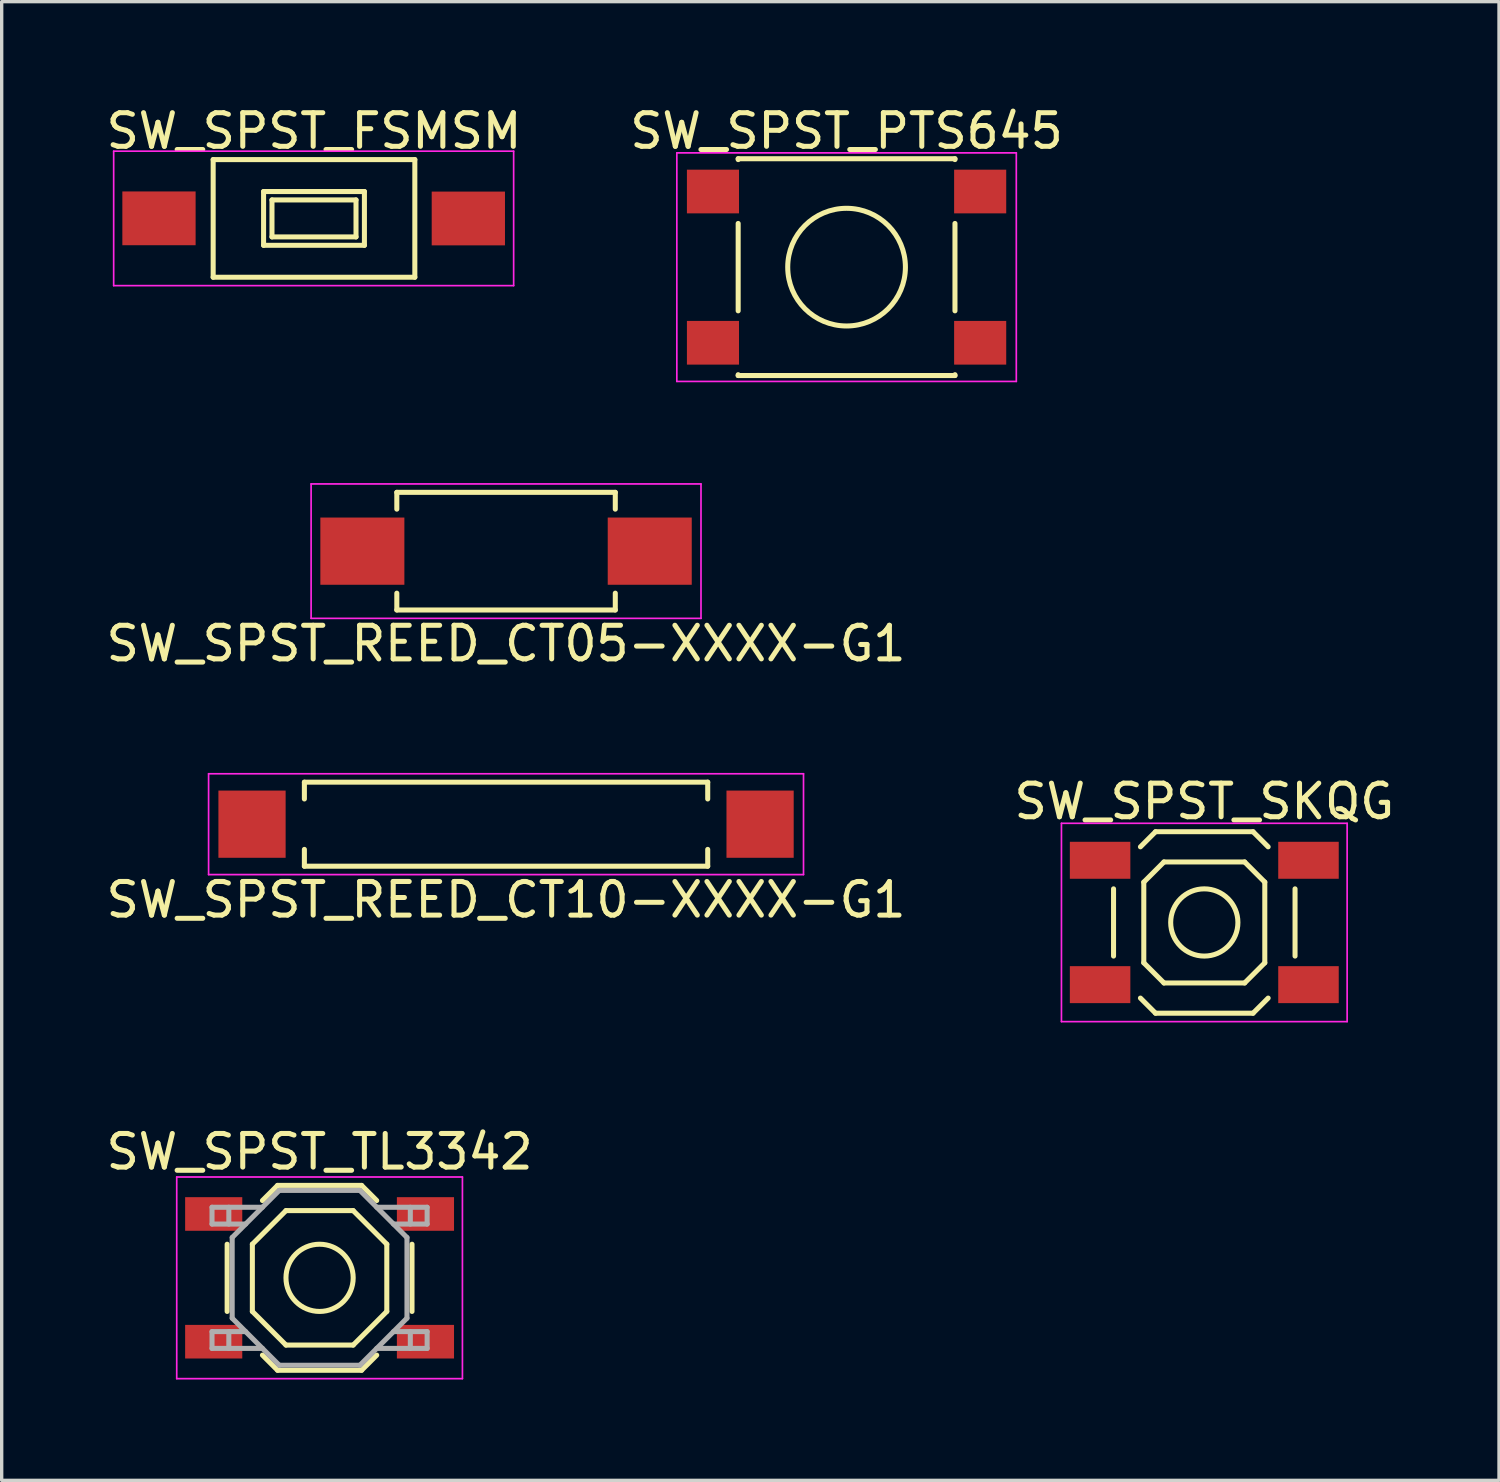
<source format=kicad_pcb>
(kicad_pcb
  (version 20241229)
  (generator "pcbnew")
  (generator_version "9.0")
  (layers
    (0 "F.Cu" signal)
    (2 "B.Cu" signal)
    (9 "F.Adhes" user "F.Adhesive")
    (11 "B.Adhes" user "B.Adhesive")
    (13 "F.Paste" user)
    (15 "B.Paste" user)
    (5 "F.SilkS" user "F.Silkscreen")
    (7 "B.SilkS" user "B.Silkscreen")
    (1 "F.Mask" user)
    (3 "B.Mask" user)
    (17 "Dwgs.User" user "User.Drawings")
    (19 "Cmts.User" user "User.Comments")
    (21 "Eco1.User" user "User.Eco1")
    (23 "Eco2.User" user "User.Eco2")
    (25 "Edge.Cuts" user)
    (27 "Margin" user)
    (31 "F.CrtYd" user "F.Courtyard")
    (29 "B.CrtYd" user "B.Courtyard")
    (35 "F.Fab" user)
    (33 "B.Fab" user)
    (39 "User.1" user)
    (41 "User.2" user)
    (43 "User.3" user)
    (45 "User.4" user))
  (footprint "SW_SPST_FSMSM"
    (layer "F.Cu")
    (at 6.282 3.448)
    (property "Reference" "SW_SPST_FSMSM" (at 0.01 -2.6 0) (layer "F.SilkS") (effects (font (size 1 1) (thickness 0.15))))
    (attr smd)
    (fp_line (start -2.99 -1.75) (end -2.99 1.75) (stroke (width 0.15) (type solid)) (layer "F.SilkS"))
    (fp_line (start -2.99 -1.75) (end 3.01 -1.75) (stroke (width 0.15) (type solid)) (layer "F.SilkS"))
    (fp_line (start -2.99 1.75) (end 3.01 1.75) (stroke (width 0.15) (type solid)) (layer "F.SilkS"))
    (fp_line (start -1.49 -0.8) (end -1.49 0.8) (stroke (width 0.15) (type solid)) (layer "F.SilkS"))
    (fp_line (start -1.49 -0.8) (end 1.51 -0.8) (stroke (width 0.15) (type solid)) (layer "F.SilkS"))
    (fp_line (start -1.49 0.8) (end 1.51 0.8) (stroke (width 0.15) (type solid)) (layer "F.SilkS"))
    (fp_line (start -1.24 -0.55) (end 1.26 -0.55) (stroke (width 0.15) (type solid)) (layer "F.SilkS"))
    (fp_line (start -1.24 0.55) (end -1.24 -0.55) (stroke (width 0.15) (type solid)) (layer "F.SilkS"))
    (fp_line (start 1.26 -0.55) (end 1.26 0.55) (stroke (width 0.15) (type solid)) (layer "F.SilkS"))
    (fp_line (start 1.26 0.55) (end -1.24 0.55) (stroke (width 0.15) (type solid)) (layer "F.SilkS"))
    (fp_line (start 1.51 -0.8) (end 1.51 0.8) (stroke (width 0.15) (type solid)) (layer "F.SilkS"))
    (fp_line (start 3.01 -1.75) (end 3.01 1.75) (stroke (width 0.15) (type solid)) (layer "F.SilkS"))
    (fp_line (start -5.95 -2) (end -5.95 2) (stroke (width 0.05) (type solid)) (layer "F.CrtYd"))
    (fp_line (start -5.95 -2) (end 5.95 -2) (stroke (width 0.05) (type solid)) (layer "F.CrtYd"))
    (fp_line (start -5.95 2) (end 5.95 2) (stroke (width 0.05) (type solid)) (layer "F.CrtYd"))
    (fp_line (start 5.95 -2) (end 5.95 2) (stroke (width 0.05) (type solid)) (layer "F.CrtYd"))
    (pad "1" smd rect (at -4.602 -0.002) (size 2.18 1.6) (layers "F.Cu" "F.Mask" "F.Paste"))
    (pad "2" smd rect (at 4.602 0.002) (size 2.18 1.6) (layers "F.Cu" "F.Mask" "F.Paste")))
  (footprint "SW_SPST_PTS645"
    (layer "F.Cu")
    (at 22.137 4.898)
    (property "Reference" "SW_SPST_PTS645" (at 0 -4.05 0) (layer "F.SilkS") (effects (font (size 1 1) (thickness 0.15))))
    (attr smd)
    (fp_line (start -3.225 -3.225) (end 3.225 -3.225) (stroke (width 0.15) (type solid)) (layer "F.SilkS"))
    (fp_line (start -3.225 -3.2) (end -3.225 -3.225) (stroke (width 0.15) (type solid)) (layer "F.SilkS"))
    (fp_line (start -3.225 -1.3) (end -3.225 1.3) (stroke (width 0.15) (type solid)) (layer "F.SilkS"))
    (fp_line (start -3.225 3.225) (end -3.225 3.2) (stroke (width 0.15) (type solid)) (layer "F.SilkS"))
    (fp_line (start -3.225 3.225) (end 3.225 3.225) (stroke (width 0.15) (type solid)) (layer "F.SilkS"))
    (fp_line (start 3.225 -3.225) (end 3.225 -3.2) (stroke (width 0.15) (type solid)) (layer "F.SilkS"))
    (fp_line (start 3.225 -1.3) (end 3.225 1.3) (stroke (width 0.15) (type solid)) (layer "F.SilkS"))
    (fp_line (start 3.225 3.225) (end 3.225 3.2) (stroke (width 0.15) (type solid)) (layer "F.SilkS"))
    (fp_circle (center 0 0) (end 1.75 -0.05) (stroke (width 0.15) (type solid)) (fill no) (layer "F.SilkS"))
    (fp_line (start -5.05 -3.4) (end -5.05 3.4) (stroke (width 0.05) (type solid)) (layer "F.CrtYd"))
    (fp_line (start -5.05 -3.4) (end 5.05 -3.4) (stroke (width 0.05) (type solid)) (layer "F.CrtYd"))
    (fp_line (start -5.05 3.4) (end 5.05 3.4) (stroke (width 0.05) (type solid)) (layer "F.CrtYd"))
    (fp_line (start 5.05 3.4) (end 5.05 -3.4) (stroke (width 0.05) (type solid)) (layer "F.CrtYd"))
    (pad "1" smd rect (at -3.975 -2.25) (size 1.55 1.3) (layers "F.Cu" "F.Mask" "F.Paste"))
    (pad "1" smd rect (at 3.975 -2.25) (size 1.55 1.3) (layers "F.Cu" "F.Mask" "F.Paste"))
    (pad "2" smd rect (at -3.975 2.25) (size 1.55 1.3) (layers "F.Cu" "F.Mask" "F.Paste"))
    (pad "2" smd rect (at 3.975 2.25) (size 1.55 1.3) (layers "F.Cu" "F.Mask" "F.Paste")))
  (footprint "SW_SPST_REED_CT10-XXXX-G1"
    (layer "F.Cu")
    (at 12.006 21.471)
    (property "Reference" "SW_SPST_REED_CT10-XXXX-G1" (at 0 2.25 0) (layer "F.SilkS") (effects (font (size 1 1) (thickness 0.15))))
    (attr smd)
    (fp_line (start -6 -1.25) (end -6 -0.75) (stroke (width 0.15) (type solid)) (layer "F.SilkS"))
    (fp_line (start -6 0.75) (end -6 1.25) (stroke (width 0.15) (type solid)) (layer "F.SilkS"))
    (fp_line (start -6 1.25) (end 6 1.25) (stroke (width 0.15) (type solid)) (layer "F.SilkS"))
    (fp_line (start 6 -1.25) (end -6 -1.25) (stroke (width 0.15) (type solid)) (layer "F.SilkS"))
    (fp_line (start 6 -0.75) (end 6 -1.25) (stroke (width 0.15) (type solid)) (layer "F.SilkS"))
    (fp_line (start 6 1.25) (end 6 0.75) (stroke (width 0.15) (type solid)) (layer "F.SilkS"))
    (fp_line (start -8.85 -1.5) (end 8.85 -1.5) (stroke (width 0.05) (type solid)) (layer "F.CrtYd"))
    (fp_line (start -8.85 1.5) (end -8.85 -1.5) (stroke (width 0.05) (type solid)) (layer "F.CrtYd"))
    (fp_line (start 8.85 -1.5) (end 8.85 1.5) (stroke (width 0.05) (type solid)) (layer "F.CrtYd"))
    (fp_line (start 8.85 1.5) (end -8.85 1.5) (stroke (width 0.05) (type solid)) (layer "F.CrtYd"))
    (pad "1" smd rect (at -7.558 0) (size 2 2) (layers "F.Cu" "F.Mask" "F.Paste"))
    (pad "2" smd rect (at 7.558 0) (size 2 2) (layers "F.Cu" "F.Mask" "F.Paste")))
  (footprint "SW_SPST_TL3342"
    (layer "F.Cu")
    (at 6.458 34.968)
    (property "Reference" "SW_SPST_TL3342" (at 0 -3.75 0) (layer "F.SilkS") (effects (font (size 1 1) (thickness 0.15))))
    (attr smd)
    (fp_line (start -2.75 -1) (end -2.75 1) (stroke (width 0.15) (type solid)) (layer "F.SilkS"))
    (fp_line (start -2 -1) (end -1 -2) (stroke (width 0.15) (type solid)) (layer "F.SilkS"))
    (fp_line (start -2 1) (end -2 -1) (stroke (width 0.15) (type solid)) (layer "F.SilkS"))
    (fp_line (start -1.7 -2.3) (end -1.25 -2.75) (stroke (width 0.15) (type solid)) (layer "F.SilkS"))
    (fp_line (start -1.7 2.3) (end -1.25 2.75) (stroke (width 0.15) (type solid)) (layer "F.SilkS"))
    (fp_line (start -1.25 -2.75) (end 1.25 -2.75) (stroke (width 0.15) (type solid)) (layer "F.SilkS"))
    (fp_line (start -1.25 2.75) (end 1.25 2.75) (stroke (width 0.15) (type solid)) (layer "F.SilkS"))
    (fp_line (start -1 -2) (end 1 -2) (stroke (width 0.15) (type solid)) (layer "F.SilkS"))
    (fp_line (start -1 2) (end -2 1) (stroke (width 0.15) (type solid)) (layer "F.SilkS"))
    (fp_line (start 1 -2) (end 2 -1) (stroke (width 0.15) (type solid)) (layer "F.SilkS"))
    (fp_line (start 1 2) (end -1 2) (stroke (width 0.15) (type solid)) (layer "F.SilkS"))
    (fp_line (start 1.7 -2.3) (end 1.25 -2.75) (stroke (width 0.15) (type solid)) (layer "F.SilkS"))
    (fp_line (start 1.7 2.3) (end 1.25 2.75) (stroke (width 0.15) (type solid)) (layer "F.SilkS"))
    (fp_line (start 2 -1) (end 2 1) (stroke (width 0.15) (type solid)) (layer "F.SilkS"))
    (fp_line (start 2 1) (end 1 2) (stroke (width 0.15) (type solid)) (layer "F.SilkS"))
    (fp_line (start 2.75 -1) (end 2.75 1) (stroke (width 0.15) (type solid)) (layer "F.SilkS"))
    (fp_circle (center 0 0) (end 1 0) (stroke (width 0.15) (type solid)) (fill no) (layer "F.SilkS"))
    (fp_line (start -4.25 -3) (end 4.25 -3) (stroke (width 0.05) (type solid)) (layer "F.CrtYd"))
    (fp_line (start -4.25 3) (end -4.25 -3) (stroke (width 0.05) (type solid)) (layer "F.CrtYd"))
    (fp_line (start 4.25 -3) (end 4.25 3) (stroke (width 0.05) (type solid)) (layer "F.CrtYd"))
    (fp_line (start 4.25 3) (end -4.25 3) (stroke (width 0.05) (type solid)) (layer "F.CrtYd"))
    (fp_line (start -3.2 -2.1) (end -3.2 -1.6) (stroke (width 0.15) (type solid)) (layer "F.Fab"))
    (fp_line (start -3.2 -1.6) (end -2.2 -1.6) (stroke (width 0.15) (type solid)) (layer "F.Fab"))
    (fp_line (start -3.2 1.6) (end -2.2 1.6) (stroke (width 0.15) (type solid)) (layer "F.Fab"))
    (fp_line (start -3.2 2.1) (end -3.2 1.6) (stroke (width 0.15) (type solid)) (layer "F.Fab"))
    (fp_line (start -2.7 -2.1) (end -2.7 -1.6) (stroke (width 0.15) (type solid)) (layer "F.Fab"))
    (fp_line (start -2.7 2.1) (end -2.7 1.6) (stroke (width 0.15) (type solid)) (layer "F.Fab"))
    (fp_line (start -2.6 -1.2) (end -2.6 1.2) (stroke (width 0.15) (type solid)) (layer "F.Fab"))
    (fp_line (start -2.6 1.2) (end -1.2 2.6) (stroke (width 0.15) (type solid)) (layer "F.Fab"))
    (fp_line (start -1.7 -2.1) (end -3.2 -2.1) (stroke (width 0.15) (type solid)) (layer "F.Fab"))
    (fp_line (start -1.7 2.1) (end -3.2 2.1) (stroke (width 0.15) (type solid)) (layer "F.Fab"))
    (fp_line (start -1.2 -2.6) (end -2.6 -1.2) (stroke (width 0.15) (type solid)) (layer "F.Fab"))
    (fp_line (start -1.2 2.6) (end 1.2 2.6) (stroke (width 0.15) (type solid)) (layer "F.Fab"))
    (fp_line (start 1.2 -2.6) (end -1.2 -2.6) (stroke (width 0.15) (type solid)) (layer "F.Fab"))
    (fp_line (start 1.2 2.6) (end 2.6 1.2) (stroke (width 0.15) (type solid)) (layer "F.Fab"))
    (fp_line (start 1.7 -2.1) (end 3.2 -2.1) (stroke (width 0.15) (type solid)) (layer "F.Fab"))
    (fp_line (start 1.7 2.1) (end 3.2 2.1) (stroke (width 0.15) (type solid)) (layer "F.Fab"))
    (fp_line (start 2.6 -1.2) (end 1.2 -2.6) (stroke (width 0.15) (type solid)) (layer "F.Fab"))
    (fp_line (start 2.6 1.2) (end 2.6 -1.2) (stroke (width 0.15) (type solid)) (layer "F.Fab"))
    (fp_line (start 2.7 -2.1) (end 2.7 -1.6) (stroke (width 0.15) (type solid)) (layer "F.Fab"))
    (fp_line (start 2.7 2.1) (end 2.7 1.6) (stroke (width 0.15) (type solid)) (layer "F.Fab"))
    (fp_line (start 3.2 -2.1) (end 3.2 -1.6) (stroke (width 0.15) (type solid)) (layer "F.Fab"))
    (fp_line (start 3.2 -1.6) (end 2.2 -1.6) (stroke (width 0.15) (type solid)) (layer "F.Fab"))
    (fp_line (start 3.2 1.6) (end 2.2 1.6) (stroke (width 0.15) (type solid)) (layer "F.Fab"))
    (fp_line (start 3.2 2.1) (end 3.2 1.6) (stroke (width 0.15) (type solid)) (layer "F.Fab"))
    (pad "1" smd rect (at -3.15 -1.9) (size 1.7 1) (layers "F.Cu" "F.Mask" "F.Paste"))
    (pad "1" smd rect (at 3.15 -1.9) (size 1.7 1) (layers "F.Cu" "F.Mask" "F.Paste"))
    (pad "2" smd rect (at -3.15 1.9) (size 1.7 1) (layers "F.Cu" "F.Mask" "F.Paste"))
    (pad "2" smd rect (at 3.15 1.9) (size 1.7 1) (layers "F.Cu" "F.Mask" "F.Paste")))
  (footprint "SW_SPST_SKQG"
    (layer "F.Cu")
    (at 32.78 24.395)
    (property "Reference" "SW_SPST_SKQG" (at 0 -3.6 0) (layer "F.SilkS") (effects (font (size 1 1) (thickness 0.15))))
    (attr smd)
    (fp_line (start -2.7 1) (end -2.7 -1) (stroke (width 0.15) (type solid)) (layer "F.SilkS"))
    (fp_line (start -1.9 -2.25) (end -1.45 -2.7) (stroke (width 0.15) (type solid)) (layer "F.SilkS"))
    (fp_line (start -1.8 -1.2) (end -1.2 -1.8) (stroke (width 0.15) (type solid)) (layer "F.SilkS"))
    (fp_line (start -1.8 1.2) (end -1.8 -1.2) (stroke (width 0.15) (type solid)) (layer "F.SilkS"))
    (fp_line (start -1.45 -2.7) (end 1.45 -2.7) (stroke (width 0.15) (type solid)) (layer "F.SilkS"))
    (fp_line (start -1.45 2.7) (end -1.9 2.25) (stroke (width 0.15) (type solid)) (layer "F.SilkS"))
    (fp_line (start -1.2 -1.8) (end 1.2 -1.8) (stroke (width 0.15) (type solid)) (layer "F.SilkS"))
    (fp_line (start -1.2 1.8) (end -1.8 1.2) (stroke (width 0.15) (type solid)) (layer "F.SilkS"))
    (fp_line (start 1.2 -1.8) (end 1.8 -1.2) (stroke (width 0.15) (type solid)) (layer "F.SilkS"))
    (fp_line (start 1.2 1.8) (end -1.2 1.8) (stroke (width 0.15) (type solid)) (layer "F.SilkS"))
    (fp_line (start 1.45 -2.7) (end 1.9 -2.25) (stroke (width 0.15) (type solid)) (layer "F.SilkS"))
    (fp_line (start 1.45 2.7) (end -1.45 2.7) (stroke (width 0.15) (type solid)) (layer "F.SilkS"))
    (fp_line (start 1.8 -1.2) (end 1.8 1.2) (stroke (width 0.15) (type solid)) (layer "F.SilkS"))
    (fp_line (start 1.8 1.2) (end 1.2 1.8) (stroke (width 0.15) (type solid)) (layer "F.SilkS"))
    (fp_line (start 1.9 2.25) (end 1.45 2.7) (stroke (width 0.15) (type solid)) (layer "F.SilkS"))
    (fp_line (start 2.7 -1) (end 2.7 1) (stroke (width 0.15) (type solid)) (layer "F.SilkS"))
    (fp_circle (center 0 0) (end 1 0) (stroke (width 0.15) (type solid)) (fill no) (layer "F.SilkS"))
    (fp_line (start -4.25 -2.95) (end -4.25 2.95) (stroke (width 0.05) (type solid)) (layer "F.CrtYd"))
    (fp_line (start -4.25 2.95) (end 4.25 2.95) (stroke (width 0.05) (type solid)) (layer "F.CrtYd"))
    (fp_line (start 4.25 -2.95) (end -4.25 -2.95) (stroke (width 0.05) (type solid)) (layer "F.CrtYd"))
    (fp_line (start 4.25 2.95) (end 4.25 -2.95) (stroke (width 0.05) (type solid)) (layer "F.CrtYd"))
    (pad "1" smd rect (at -3.1 -1.85) (size 1.8 1.1) (layers "F.Cu" "F.Mask" "F.Paste"))
    (pad "1" smd rect (at 3.1 -1.85) (size 1.8 1.1) (layers "F.Cu" "F.Mask" "F.Paste"))
    (pad "2" smd rect (at -3.1 1.85) (size 1.8 1.1) (layers "F.Cu" "F.Mask" "F.Paste"))
    (pad "2" smd rect (at 3.1 1.85) (size 1.8 1.1) (layers "F.Cu" "F.Mask" "F.Paste")))
  (footprint "SW_SPST_REED_CT05-XXXX-G1"
    (layer "F.Cu")
    (at 12.006 13.348)
    (property "Reference" "SW_SPST_REED_CT05-XXXX-G1" (at 0 2.75 0) (layer "F.SilkS") (effects (font (size 1 1) (thickness 0.15))))
    (attr smd)
    (fp_line (start -3.25 -1.75) (end 3.25 -1.75) (stroke (width 0.15) (type solid)) (layer "F.SilkS"))
    (fp_line (start -3.25 -1.25) (end -3.25 -1.75) (stroke (width 0.15) (type solid)) (layer "F.SilkS"))
    (fp_line (start -3.25 1.75) (end -3.25 1.25) (stroke (width 0.15) (type solid)) (layer "F.SilkS"))
    (fp_line (start 3.25 -1.75) (end 3.25 -1.25) (stroke (width 0.15) (type solid)) (layer "F.SilkS"))
    (fp_line (start 3.25 1.25) (end 3.25 1.75) (stroke (width 0.15) (type solid)) (layer "F.SilkS"))
    (fp_line (start 3.25 1.75) (end -3.25 1.75) (stroke (width 0.15) (type solid)) (layer "F.SilkS"))
    (fp_line (start -5.8 -2) (end 5.8 -2) (stroke (width 0.05) (type solid)) (layer "F.CrtYd"))
    (fp_line (start -5.8 2) (end -5.8 -2) (stroke (width 0.05) (type solid)) (layer "F.CrtYd"))
    (fp_line (start 5.8 -2) (end 5.8 2) (stroke (width 0.05) (type solid)) (layer "F.CrtYd"))
    (fp_line (start 5.8 2) (end -5.8 2) (stroke (width 0.05) (type solid)) (layer "F.CrtYd"))
    (pad "1" smd rect (at -4.275 0) (size 2.5 2) (layers "F.Cu" "F.Mask" "F.Paste"))
    (pad "2" smd rect (at 4.275 0) (size 2.5 2) (layers "F.Cu" "F.Mask" "F.Paste")))
  (gr_rect
    (start -3 -3)
    (end 41.548 40.993)
    (stroke (width 0.1) (type default))
    (fill no)
    (layer "Edge.Cuts")))
</source>
